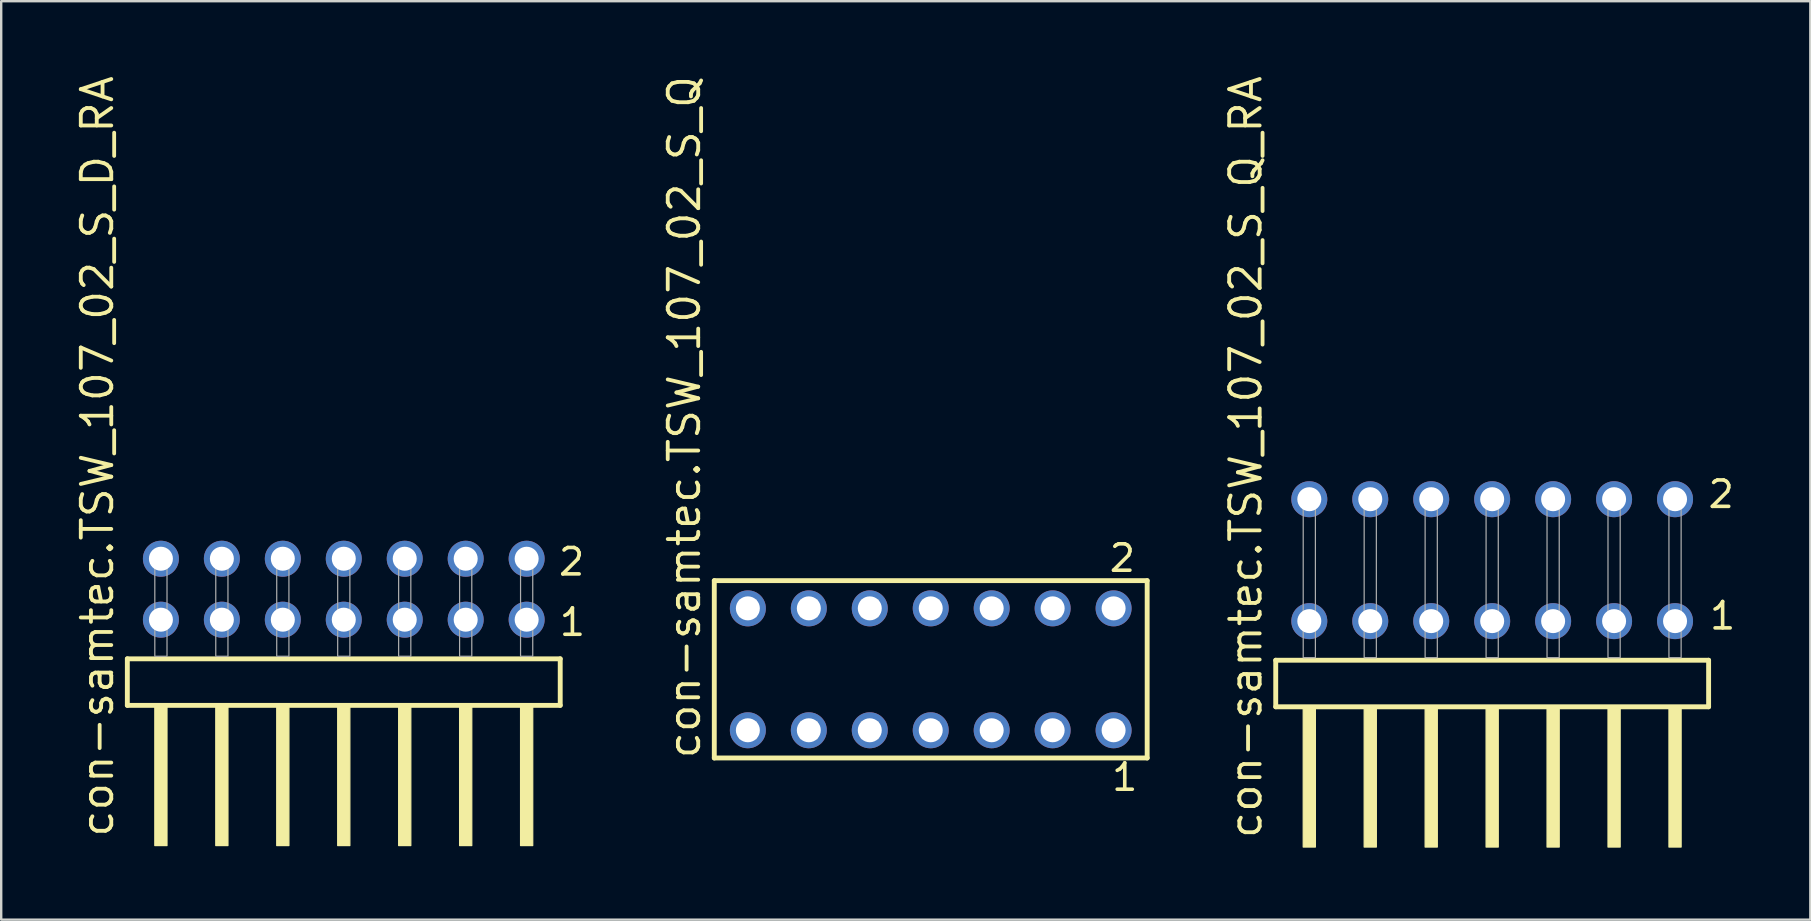
<source format=kicad_pcb>
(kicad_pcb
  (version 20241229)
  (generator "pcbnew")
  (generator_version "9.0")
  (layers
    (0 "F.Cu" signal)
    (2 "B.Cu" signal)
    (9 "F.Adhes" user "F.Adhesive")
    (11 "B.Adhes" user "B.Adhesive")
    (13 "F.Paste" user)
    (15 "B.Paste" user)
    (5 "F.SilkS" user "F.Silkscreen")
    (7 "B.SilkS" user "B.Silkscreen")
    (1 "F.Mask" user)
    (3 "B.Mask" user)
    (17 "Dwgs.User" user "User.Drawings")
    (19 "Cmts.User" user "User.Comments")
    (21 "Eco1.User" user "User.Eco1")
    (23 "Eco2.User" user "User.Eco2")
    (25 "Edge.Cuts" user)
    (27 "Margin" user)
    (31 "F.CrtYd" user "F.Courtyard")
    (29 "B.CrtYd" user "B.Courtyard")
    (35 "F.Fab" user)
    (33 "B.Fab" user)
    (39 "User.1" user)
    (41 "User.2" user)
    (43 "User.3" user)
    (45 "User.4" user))
  (footprint "con-samtec.TSW_107_02_S_D_RA"
    (layer "F.Cu")
    (at 11.275 24.296)
    (property "Reference" "con-samtec.TSW_107_02_S_D_RA" (at -9.525 7.62 90) (layer "F.SilkS") (effects (font (size 1.27 1.27) (thickness 0.16)) (justify left bottom)))
    (attr through_hole)
    (fp_line (start -9.019 0.106) (end -9.019 2.046) (stroke (width 0.203) (type default)) (layer "F.SilkS"))
    (fp_line (start -9.019 2.046) (end 9.019 2.046) (stroke (width 0.203) (type default)) (layer "F.SilkS"))
    (fp_line (start 9.019 0.106) (end -9.019 0.106) (stroke (width 0.203) (type default)) (layer "F.SilkS"))
    (fp_line (start 9.019 2.046) (end 9.019 0.106) (stroke (width 0.203) (type default)) (layer "F.SilkS"))
    (fp_rect (start -7.874 7.89) (end -7.366 2.04) (stroke (width 0.05) (type default)) (fill yes) (layer "F.SilkS"))
    (fp_rect (start -5.334 7.89) (end -4.826 2.04) (stroke (width 0.05) (type default)) (fill yes) (layer "F.SilkS"))
    (fp_rect (start -2.794 7.89) (end -2.286 2.04) (stroke (width 0.05) (type default)) (fill yes) (layer "F.SilkS"))
    (fp_rect (start -0.254 7.89) (end 0.254 2.04) (stroke (width 0.05) (type default)) (fill yes) (layer "F.SilkS"))
    (fp_rect (start 2.286 7.89) (end 2.794 2.04) (stroke (width 0.05) (type default)) (fill yes) (layer "F.SilkS"))
    (fp_rect (start 4.826 7.89) (end 5.334 2.04) (stroke (width 0.05) (type default)) (fill yes) (layer "F.SilkS"))
    (fp_rect (start 7.366 7.89) (end 7.874 2.04) (stroke (width 0.05) (type default)) (fill yes) (layer "F.SilkS"))
    (fp_rect (start -7.874 0) (end -7.366 -4.318) (stroke (width 0.05) (type default)) (fill no) (layer "F.Fab"))
    (fp_rect (start -5.334 0) (end -4.826 -4.318) (stroke (width 0.05) (type default)) (fill no) (layer "F.Fab"))
    (fp_rect (start -2.794 0) (end -2.286 -4.318) (stroke (width 0.05) (type default)) (fill no) (layer "F.Fab"))
    (fp_rect (start -0.254 0) (end 0.254 -4.318) (stroke (width 0.05) (type default)) (fill no) (layer "F.Fab"))
    (fp_rect (start 2.286 0) (end 2.794 -4.318) (stroke (width 0.05) (type default)) (fill no) (layer "F.Fab"))
    (fp_rect (start 4.826 0) (end 5.334 -4.318) (stroke (width 0.05) (type default)) (fill no) (layer "F.Fab"))
    (fp_rect (start 7.366 0) (end 7.874 -4.318) (stroke (width 0.05) (type default)) (fill no) (layer "F.Fab"))
    (fp_text user "2" (at 8.87 -3.29 0) (layer "F.SilkS") (effects (font (size 1.1 1.1) (thickness 0.15)) (justify left bottom)))
    (fp_text user "1" (at 8.905 -0.775 0) (layer "F.SilkS") (effects (font (size 1.1 1.1) (thickness 0.15)) (justify left bottom)))
    (pad "1" thru_hole circle (at 7.62 -1.524 180) (size 1.5 1.5) (drill 1) (layers "*.Cu" "*.Mask"))
    (pad "2" thru_hole circle (at 7.62 -4.064 180) (size 1.5 1.5) (drill 1) (layers "*.Cu" "*.Mask"))
    (pad "3" thru_hole circle (at 5.08 -1.524 180) (size 1.5 1.5) (drill 1) (layers "*.Cu" "*.Mask"))
    (pad "4" thru_hole circle (at 5.08 -4.064 180) (size 1.5 1.5) (drill 1) (layers "*.Cu" "*.Mask"))
    (pad "5" thru_hole circle (at 2.54 -1.524 180) (size 1.5 1.5) (drill 1) (layers "*.Cu" "*.Mask"))
    (pad "6" thru_hole circle (at 2.54 -4.064 180) (size 1.5 1.5) (drill 1) (layers "*.Cu" "*.Mask"))
    (pad "7" thru_hole circle (at 0 -1.524 180) (size 1.5 1.5) (drill 1) (layers "*.Cu" "*.Mask"))
    (pad "8" thru_hole circle (at 0 -4.064 180) (size 1.5 1.5) (drill 1) (layers "*.Cu" "*.Mask"))
    (pad "9" thru_hole circle (at -2.54 -1.524 180) (size 1.5 1.5) (drill 1) (layers "*.Cu" "*.Mask"))
    (pad "10" thru_hole circle (at -2.54 -4.064 180) (size 1.5 1.5) (drill 1) (layers "*.Cu" "*.Mask"))
    (pad "11" thru_hole circle (at -5.08 -1.524 180) (size 1.5 1.5) (drill 1) (layers "*.Cu" "*.Mask"))
    (pad "12" thru_hole circle (at -5.08 -4.064 180) (size 1.5 1.5) (drill 1) (layers "*.Cu" "*.Mask"))
    (pad "13" thru_hole circle (at -7.62 -1.524 180) (size 1.5 1.5) (drill 1) (layers "*.Cu" "*.Mask"))
    (pad "14" thru_hole circle (at -7.62 -4.064 180) (size 1.5 1.5) (drill 1) (layers "*.Cu" "*.Mask")))
  (footprint "con-samtec.TSW_107_02_S_Q"
    (layer "F.Cu")
    (at 35.733 24.84)
    (property "Reference" "con-samtec.TSW_107_02_S_Q" (at -9.525 3.81 90) (layer "F.SilkS") (effects (font (size 1.27 1.27) (thickness 0.16)) (justify left bottom)))
    (attr through_hole)
    (fp_line (start -9.019 -3.695) (end 9.019 -3.695) (stroke (width 0.203) (type default)) (layer "F.SilkS"))
    (fp_line (start -9.019 3.695) (end -9.019 -3.695) (stroke (width 0.203) (type default)) (layer "F.SilkS"))
    (fp_line (start 9.019 -3.695) (end 9.019 3.695) (stroke (width 0.203) (type default)) (layer "F.SilkS"))
    (fp_line (start 9.019 3.695) (end -9.019 3.695) (stroke (width 0.203) (type default)) (layer "F.SilkS"))
    (fp_rect (start -7.97 -2.19) (end -7.27 -2.89) (stroke (width 0.05) (type default)) (fill no) (layer "F.Fab"))
    (fp_rect (start -7.97 2.89) (end -7.27 2.19) (stroke (width 0.05) (type default)) (fill no) (layer "F.Fab"))
    (fp_rect (start -5.43 -2.19) (end -4.73 -2.89) (stroke (width 0.05) (type default)) (fill no) (layer "F.Fab"))
    (fp_rect (start -5.43 2.89) (end -4.73 2.19) (stroke (width 0.05) (type default)) (fill no) (layer "F.Fab"))
    (fp_rect (start -2.89 -2.19) (end -2.19 -2.89) (stroke (width 0.05) (type default)) (fill no) (layer "F.Fab"))
    (fp_rect (start -2.89 2.89) (end -2.19 2.19) (stroke (width 0.05) (type default)) (fill no) (layer "F.Fab"))
    (fp_rect (start -0.35 -2.19) (end 0.35 -2.89) (stroke (width 0.05) (type default)) (fill no) (layer "F.Fab"))
    (fp_rect (start -0.35 2.89) (end 0.35 2.19) (stroke (width 0.05) (type default)) (fill no) (layer "F.Fab"))
    (fp_rect (start 2.19 -2.19) (end 2.89 -2.89) (stroke (width 0.05) (type default)) (fill no) (layer "F.Fab"))
    (fp_rect (start 2.19 2.89) (end 2.89 2.19) (stroke (width 0.05) (type default)) (fill no) (layer "F.Fab"))
    (fp_rect (start 4.73 -2.19) (end 5.43 -2.89) (stroke (width 0.05) (type default)) (fill no) (layer "F.Fab"))
    (fp_rect (start 4.73 2.89) (end 5.43 2.19) (stroke (width 0.05) (type default)) (fill no) (layer "F.Fab"))
    (fp_rect (start 7.27 -2.19) (end 7.97 -2.89) (stroke (width 0.05) (type default)) (fill no) (layer "F.Fab"))
    (fp_rect (start 7.27 2.89) (end 7.97 2.19) (stroke (width 0.05) (type default)) (fill no) (layer "F.Fab"))
    (fp_text user "1" (at 7.462 5.138 0) (layer "F.SilkS") (effects (font (size 1.1 1.1) (thickness 0.15)) (justify left bottom)))
    (fp_text user "2" (at 7.362 -3.989 0) (layer "F.SilkS") (effects (font (size 1.1 1.1) (thickness 0.15)) (justify left bottom)))
    (pad "1" thru_hole circle (at 7.62 2.54 180) (size 1.5 1.5) (drill 1) (layers "*.Cu" "*.Mask"))
    (pad "2" thru_hole circle (at 7.62 -2.54 180) (size 1.5 1.5) (drill 1) (layers "*.Cu" "*.Mask"))
    (pad "3" thru_hole circle (at 5.08 2.54 180) (size 1.5 1.5) (drill 1) (layers "*.Cu" "*.Mask"))
    (pad "4" thru_hole circle (at 5.08 -2.54 180) (size 1.5 1.5) (drill 1) (layers "*.Cu" "*.Mask"))
    (pad "5" thru_hole circle (at 2.54 2.54 180) (size 1.5 1.5) (drill 1) (layers "*.Cu" "*.Mask"))
    (pad "6" thru_hole circle (at 2.54 -2.54 180) (size 1.5 1.5) (drill 1) (layers "*.Cu" "*.Mask"))
    (pad "7" thru_hole circle (at 0 2.54 180) (size 1.5 1.5) (drill 1) (layers "*.Cu" "*.Mask"))
    (pad "8" thru_hole circle (at 0 -2.54 180) (size 1.5 1.5) (drill 1) (layers "*.Cu" "*.Mask"))
    (pad "9" thru_hole circle (at -2.54 2.54 180) (size 1.5 1.5) (drill 1) (layers "*.Cu" "*.Mask"))
    (pad "10" thru_hole circle (at -2.54 -2.54 180) (size 1.5 1.5) (drill 1) (layers "*.Cu" "*.Mask"))
    (pad "11" thru_hole circle (at -5.08 2.54 180) (size 1.5 1.5) (drill 1) (layers "*.Cu" "*.Mask"))
    (pad "12" thru_hole circle (at -5.08 -2.54 180) (size 1.5 1.5) (drill 1) (layers "*.Cu" "*.Mask"))
    (pad "13" thru_hole circle (at -7.62 2.54 180) (size 1.5 1.5) (drill 1) (layers "*.Cu" "*.Mask"))
    (pad "14" thru_hole circle (at -7.62 -2.54 180) (size 1.5 1.5) (drill 1) (layers "*.Cu" "*.Mask")))
  (footprint "con-samtec.TSW_107_02_S_Q_RA"
    (layer "F.Cu")
    (at 59.128 24.356)
    (property "Reference" "con-samtec.TSW_107_02_S_Q_RA" (at -9.525 7.62 90) (layer "F.SilkS") (effects (font (size 1.27 1.27) (thickness 0.16)) (justify left bottom)))
    (attr through_hole)
    (fp_line (start -9.019 0.106) (end -9.019 2.046) (stroke (width 0.203) (type default)) (layer "F.SilkS"))
    (fp_line (start -9.019 2.046) (end 9.019 2.046) (stroke (width 0.203) (type default)) (layer "F.SilkS"))
    (fp_line (start 9.019 0.106) (end -9.019 0.106) (stroke (width 0.203) (type default)) (layer "F.SilkS"))
    (fp_line (start 9.019 2.046) (end 9.019 0.106) (stroke (width 0.203) (type default)) (layer "F.SilkS"))
    (fp_rect (start -7.874 7.89) (end -7.366 2.04) (stroke (width 0.05) (type default)) (fill yes) (layer "F.SilkS"))
    (fp_rect (start -5.334 7.89) (end -4.826 2.04) (stroke (width 0.05) (type default)) (fill yes) (layer "F.SilkS"))
    (fp_rect (start -2.794 7.89) (end -2.286 2.04) (stroke (width 0.05) (type default)) (fill yes) (layer "F.SilkS"))
    (fp_rect (start -0.254 7.89) (end 0.254 2.04) (stroke (width 0.05) (type default)) (fill yes) (layer "F.SilkS"))
    (fp_rect (start 2.286 7.89) (end 2.794 2.04) (stroke (width 0.05) (type default)) (fill yes) (layer "F.SilkS"))
    (fp_rect (start 4.826 7.89) (end 5.334 2.04) (stroke (width 0.05) (type default)) (fill yes) (layer "F.SilkS"))
    (fp_rect (start 7.366 7.89) (end 7.874 2.04) (stroke (width 0.05) (type default)) (fill yes) (layer "F.SilkS"))
    (fp_rect (start -7.874 0) (end -7.366 -6.858) (stroke (width 0.05) (type default)) (fill no) (layer "F.Fab"))
    (fp_rect (start -5.334 0) (end -4.826 -6.858) (stroke (width 0.05) (type default)) (fill no) (layer "F.Fab"))
    (fp_rect (start -2.794 0) (end -2.286 -6.858) (stroke (width 0.05) (type default)) (fill no) (layer "F.Fab"))
    (fp_rect (start -0.254 0) (end 0.254 -6.858) (stroke (width 0.05) (type default)) (fill no) (layer "F.Fab"))
    (fp_rect (start 2.286 0) (end 2.794 -6.858) (stroke (width 0.05) (type default)) (fill no) (layer "F.Fab"))
    (fp_rect (start 4.826 0) (end 5.334 -6.858) (stroke (width 0.05) (type default)) (fill no) (layer "F.Fab"))
    (fp_rect (start 7.366 0) (end 7.874 -6.858) (stroke (width 0.05) (type default)) (fill no) (layer "F.Fab"))
    (fp_text user "2" (at 8.92 -6.165 0) (layer "F.SilkS") (effects (font (size 1.1 1.1) (thickness 0.15)) (justify left bottom)))
    (fp_text user "1" (at 8.98 -1.1 0) (layer "F.SilkS") (effects (font (size 1.1 1.1) (thickness 0.15)) (justify left bottom)))
    (pad "1" thru_hole circle (at 7.62 -1.524 180) (size 1.5 1.5) (drill 1) (layers "*.Cu" "*.Mask"))
    (pad "2" thru_hole circle (at 7.62 -6.604 180) (size 1.5 1.5) (drill 1) (layers "*.Cu" "*.Mask"))
    (pad "3" thru_hole circle (at 5.08 -1.524 180) (size 1.5 1.5) (drill 1) (layers "*.Cu" "*.Mask"))
    (pad "4" thru_hole circle (at 5.08 -6.604 180) (size 1.5 1.5) (drill 1) (layers "*.Cu" "*.Mask"))
    (pad "5" thru_hole circle (at 2.54 -1.524 180) (size 1.5 1.5) (drill 1) (layers "*.Cu" "*.Mask"))
    (pad "6" thru_hole circle (at 2.54 -6.604 180) (size 1.5 1.5) (drill 1) (layers "*.Cu" "*.Mask"))
    (pad "7" thru_hole circle (at 0 -1.524 180) (size 1.5 1.5) (drill 1) (layers "*.Cu" "*.Mask"))
    (pad "8" thru_hole circle (at 0 -6.604 180) (size 1.5 1.5) (drill 1) (layers "*.Cu" "*.Mask"))
    (pad "9" thru_hole circle (at -2.54 -1.524 180) (size 1.5 1.5) (drill 1) (layers "*.Cu" "*.Mask"))
    (pad "10" thru_hole circle (at -2.54 -6.604 180) (size 1.5 1.5) (drill 1) (layers "*.Cu" "*.Mask"))
    (pad "11" thru_hole circle (at -5.08 -1.524 180) (size 1.5 1.5) (drill 1) (layers "*.Cu" "*.Mask"))
    (pad "12" thru_hole circle (at -5.08 -6.604 180) (size 1.5 1.5) (drill 1) (layers "*.Cu" "*.Mask"))
    (pad "13" thru_hole circle (at -7.62 -1.524 180) (size 1.5 1.5) (drill 1) (layers "*.Cu" "*.Mask"))
    (pad "14" thru_hole circle (at -7.62 -6.604 180) (size 1.5 1.5) (drill 1) (layers "*.Cu" "*.Mask")))
  (gr_rect
    (start -3 -3)
    (end 72.386 35.271)
    (stroke (width 0.1) (type default))
    (fill no)
    (layer "Edge.Cuts")))
</source>
